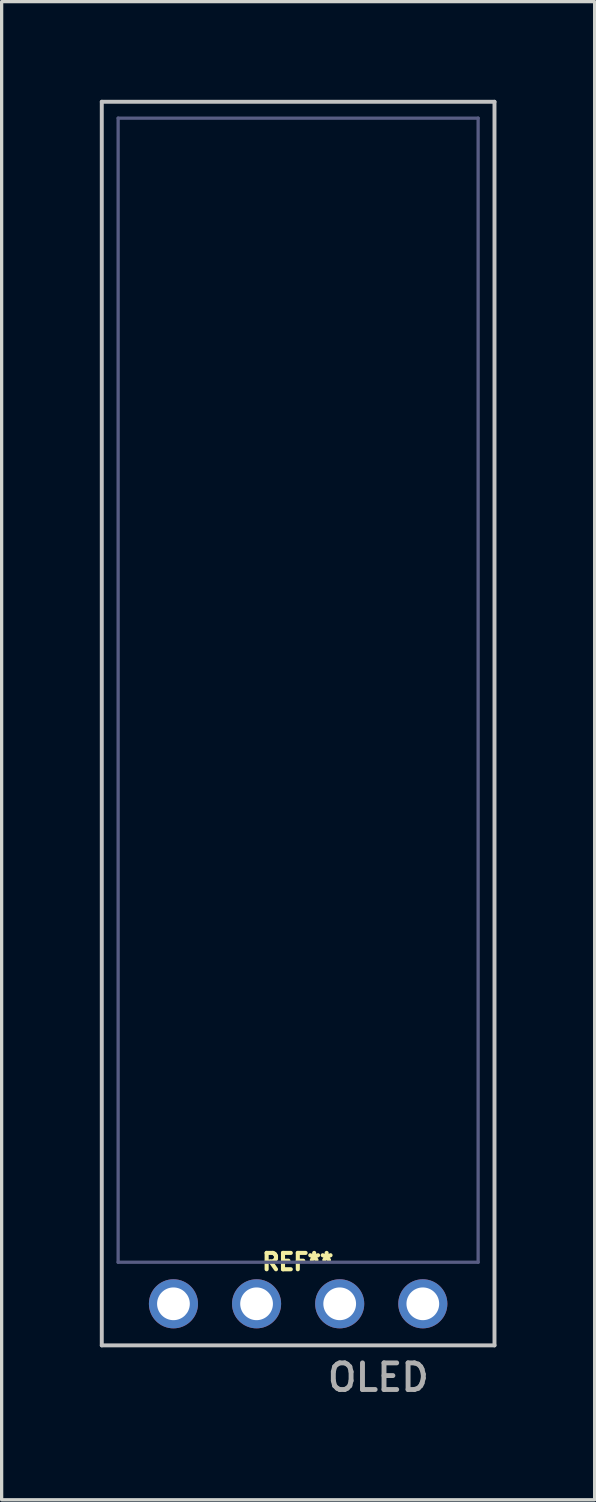
<source format=kicad_pcb>
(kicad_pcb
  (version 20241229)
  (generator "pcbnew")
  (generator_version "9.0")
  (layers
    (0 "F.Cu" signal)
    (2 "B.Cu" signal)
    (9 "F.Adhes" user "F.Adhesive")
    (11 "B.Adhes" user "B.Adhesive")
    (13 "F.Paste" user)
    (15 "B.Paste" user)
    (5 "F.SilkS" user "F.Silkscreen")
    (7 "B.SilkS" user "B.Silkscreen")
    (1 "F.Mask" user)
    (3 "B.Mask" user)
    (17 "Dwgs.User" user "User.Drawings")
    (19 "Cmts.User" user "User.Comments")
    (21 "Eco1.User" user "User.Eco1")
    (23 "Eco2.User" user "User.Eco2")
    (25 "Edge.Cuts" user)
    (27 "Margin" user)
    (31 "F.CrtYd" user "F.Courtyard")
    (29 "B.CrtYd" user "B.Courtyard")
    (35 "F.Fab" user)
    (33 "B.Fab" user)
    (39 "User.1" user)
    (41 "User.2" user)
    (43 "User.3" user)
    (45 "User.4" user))
  (footprint "OLED"
    (layer "F.Cu")
    (at 6.06 36.79)
    (property "Reference" "OLED" (at 2.45 2.25 180) (layer "F.Fab") (effects (font (size 0.813 0.813) (thickness 0.15))))
    (attr through_hole)
    (fp_line (start -6 -36.73) (end 6 -36.73) (stroke (width 0.12) (type solid)) (layer "Dwgs.User"))
    (fp_line (start -6 1.27) (end -6 -36.73) (stroke (width 0.12) (type solid)) (layer "Dwgs.User"))
    (fp_line (start -6 1.27) (end 6 1.27) (stroke (width 0.12) (type solid)) (layer "Dwgs.User"))
    (fp_line (start 6 -36.73) (end 6 1.27) (stroke (width 0.12) (type solid)) (layer "Dwgs.User"))
    (fp_line (start -5.5 -36.23) (end 5.5 -36.23) (stroke (width 0.1) (type default)) (layer "B.Fab"))
    (fp_line (start -5.5 -1.27) (end -5.5 -36.23) (stroke (width 0.1) (type default)) (layer "B.Fab"))
    (fp_line (start 5.5 -1.27) (end -5.5 -1.27) (stroke (width 0.1) (type default)) (layer "B.Fab"))
    (fp_line (start 5.5 -1.27) (end 5.5 -36.23) (stroke (width 0.1) (type default)) (layer "B.Fab"))
    (fp_text user "REF**" (at -0.01 -1.28 0) (layer "F.SilkS") (effects (font (size 0.5 0.5) (thickness 0.125) (bold yes))))
    (pad "1" thru_hole circle (at -3.81 0) (size 1.5 1.5) (drill 1) (layers "*.Cu" "*.Mask"))
    (pad "2" thru_hole circle (at -1.27 0) (size 1.5 1.5) (drill 1) (layers "*.Cu" "*.Mask"))
    (pad "3" thru_hole circle (at 1.27 0) (size 1.5 1.5) (drill 1) (layers "*.Cu" "*.Mask"))
    (pad "4" thru_hole circle (at 3.81 0) (size 1.5 1.5) (drill 1) (layers "*.Cu" "*.Mask")))
  (gr_rect
    (start -3 -3)
    (end 15.12 42.779)
    (stroke (width 0.1) (type default))
    (fill no)
    (layer "Edge.Cuts")))
</source>
